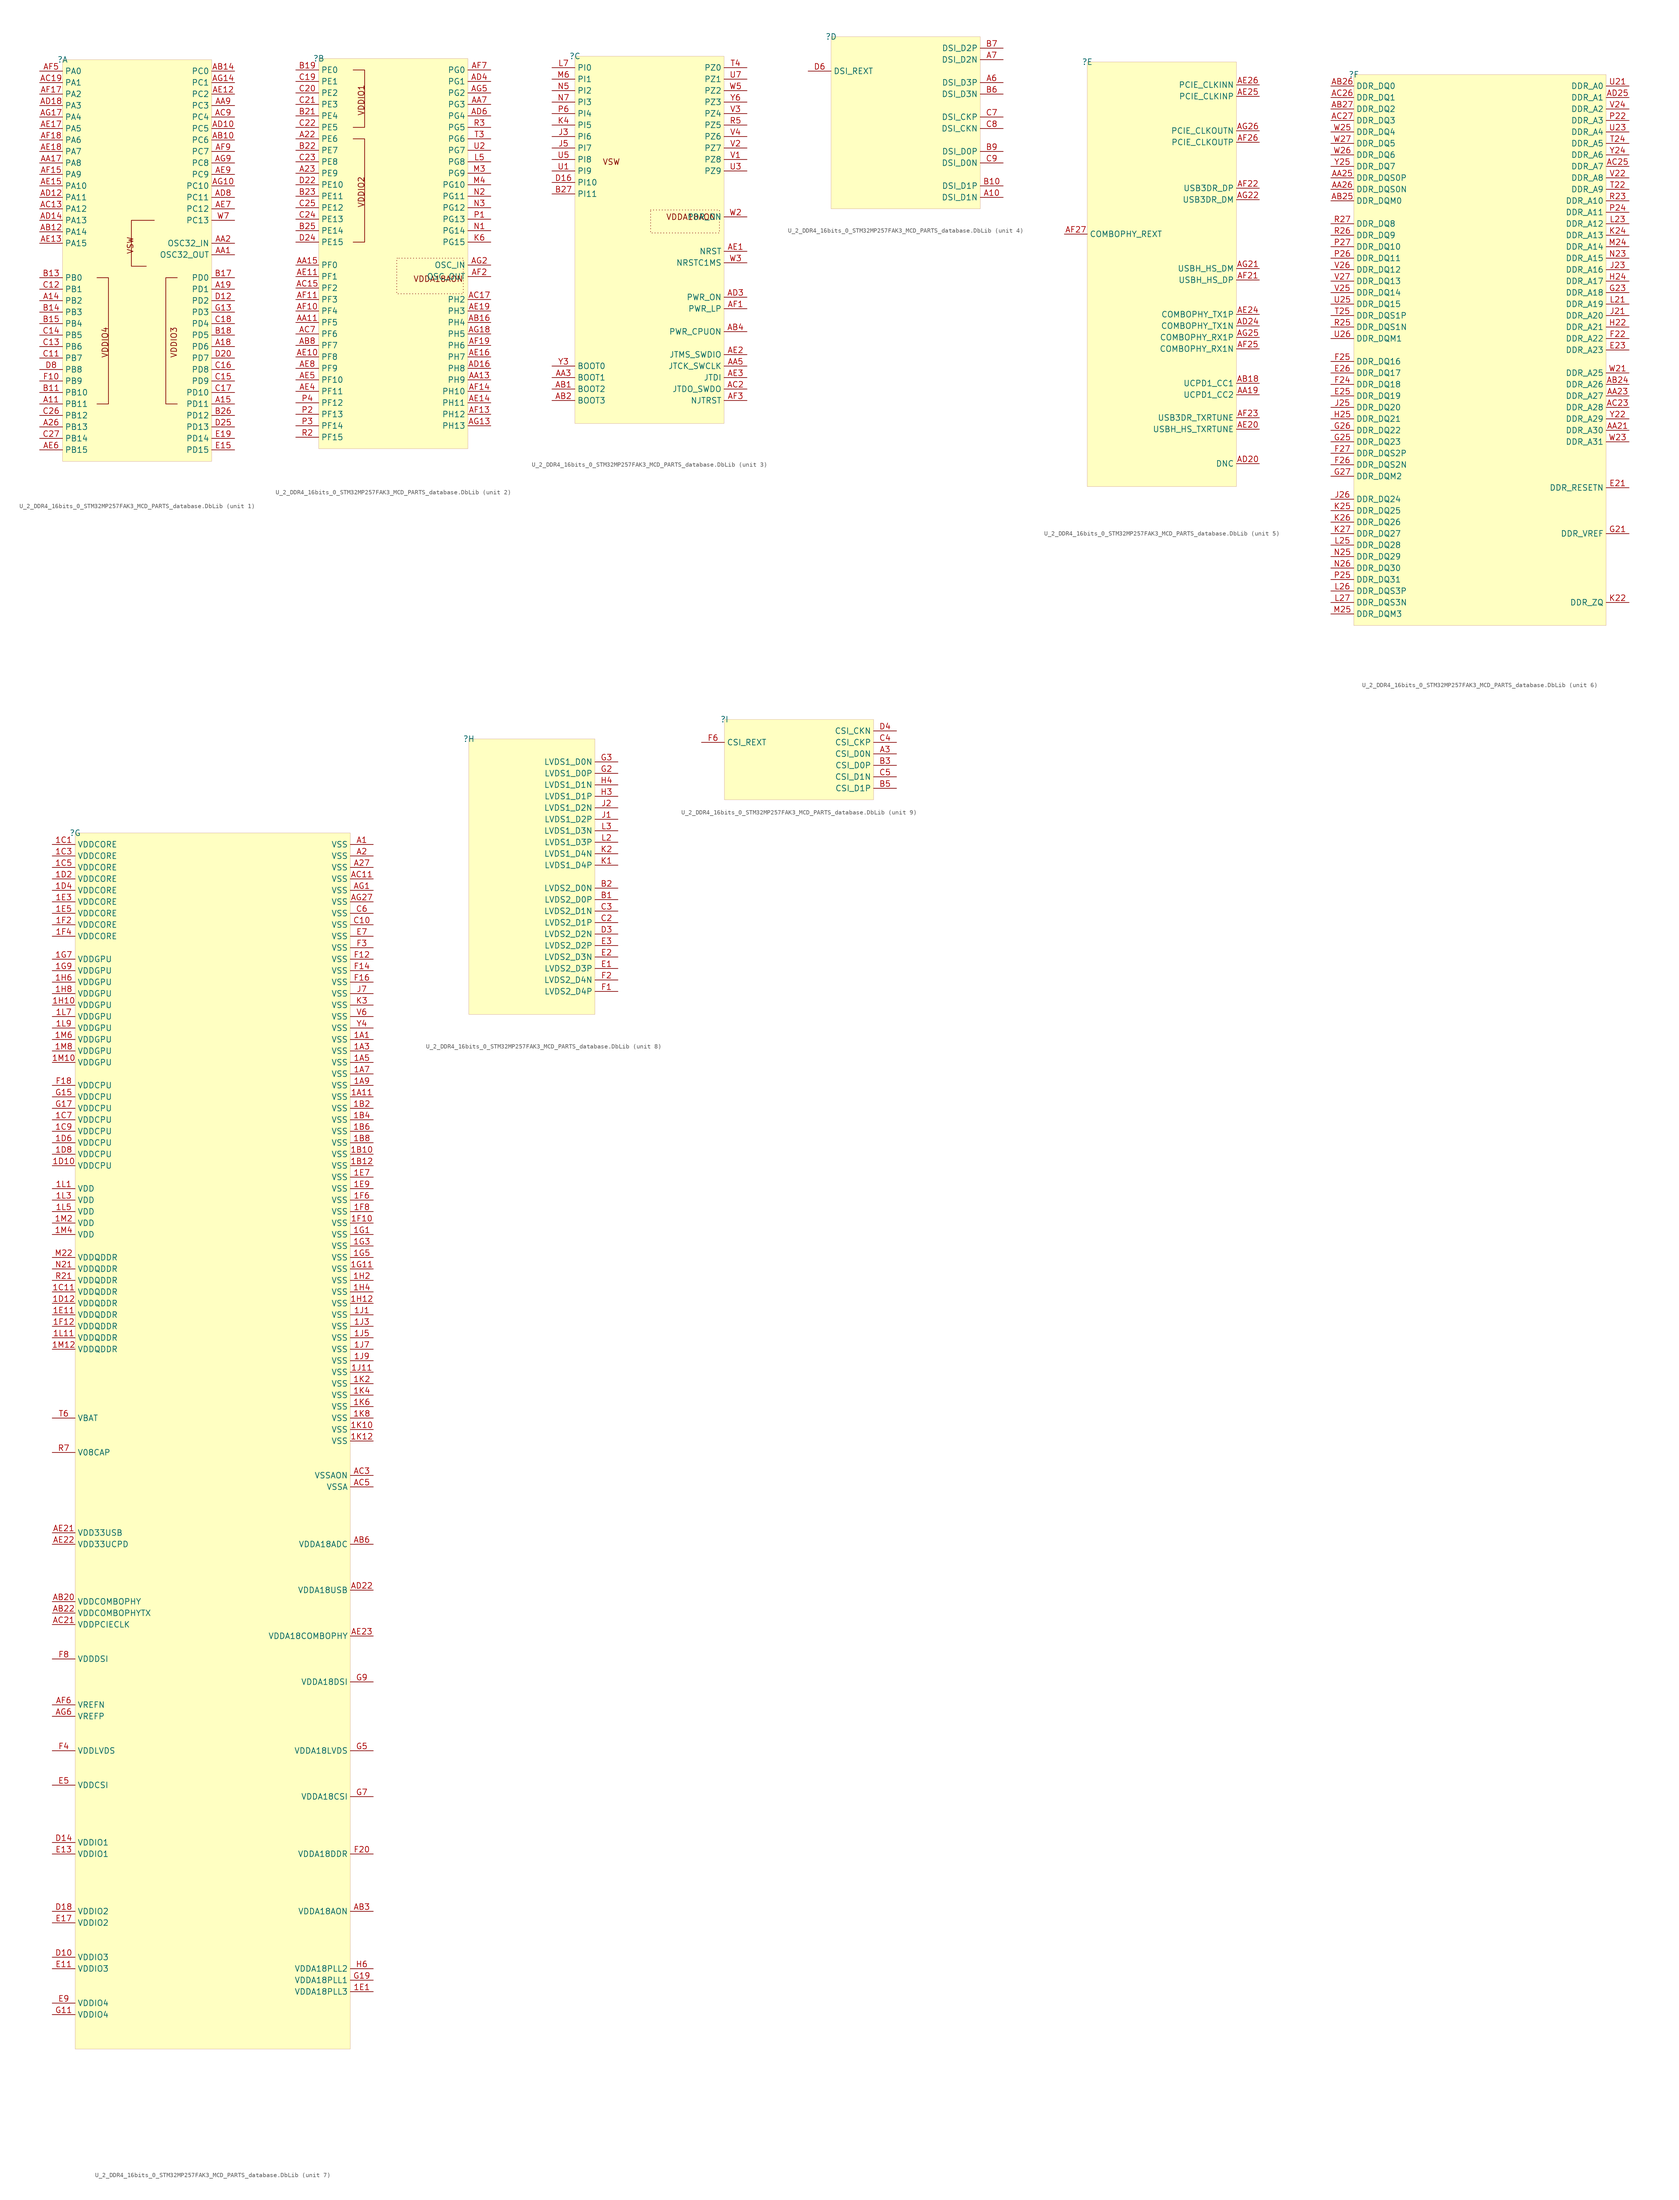
<source format=kicad_sym>
(kicad_symbol_lib
  (version 20241209)
  (generator "kicad_symbol_editor")
  (generator_version "9.0")
  (symbol "U_2_DDR4_16bits_0_STM32MP257FAK3_MCD_PARTS_database.DbLib"
    (property "Reference" ""
      (at 0 0 0)
      (effects (font (size 1.27 1.27))))
    (property "Value" ""
      (at 0 0 0)
      (effects (font (size 1.27 1.27))))
    (symbol "U_2_DDR4_16bits_0_STM32MP257FAK3_MCD_PARTS_database.DbLib_1_0"
      (polyline (pts (xy 7.62 -48.26) (xy 10.16 -48.26) (xy 10.16 -76.2) (xy 7.62 -76.2)) (stroke (width 0) (type solid)) (fill (type none)))
      (polyline (pts (xy 20.32 -35.56) (xy 15.24 -35.56) (xy 15.24 -45.72) (xy 18.542 -45.72)) (stroke (width 0) (type solid)) (fill (type none)))
      (polyline (pts (xy 25.4 -48.26) (xy 22.86 -48.26) (xy 22.86 -76.2) (xy 25.4 -76.2)) (stroke (width 0) (type solid)) (fill (type none)))
      (rectangle (start 33.02 0) (end 0 -88.9) (stroke (width 0.025) (type solid) (color 128 0 0 1)) (fill (type background)))
      (text "VDDIO4" (at 10.16 -66.04 900) (effects (font (size 1.27 1.27)) (justify left bottom)))
      (text "VSW" (at 15.748 -39.116 900) (effects (font (size 1.27 1.27)) (justify right bottom)))
      (text "VDDIO3" (at 25.4 -66.04 900) (effects (font (size 1.27 1.27)) (justify left bottom)))
      (pin passive line (at -5.08 -2.54 0) (length 5.08) (name "PA0" (effects (font (size 1.27 1.27)))) (number "AF5" (effects (font (size 1.27 1.27)))))
      (pin passive line (at -5.08 -5.08 0) (length 5.08) (name "PA1" (effects (font (size 1.27 1.27)))) (number "AC19" (effects (font (size 1.27 1.27)))))
      (pin passive line (at -5.08 -7.62 0) (length 5.08) (name "PA2" (effects (font (size 1.27 1.27)))) (number "AF17" (effects (font (size 1.27 1.27)))))
      (pin passive line (at -5.08 -10.16 0) (length 5.08) (name "PA3" (effects (font (size 1.27 1.27)))) (number "AD18" (effects (font (size 1.27 1.27)))))
      (pin passive line (at -5.08 -12.7 0) (length 5.08) (name "PA4" (effects (font (size 1.27 1.27)))) (number "AG17" (effects (font (size 1.27 1.27)))))
      (pin passive line (at -5.08 -15.24 0) (length 5.08) (name "PA5" (effects (font (size 1.27 1.27)))) (number "AE17" (effects (font (size 1.27 1.27)))))
      (pin passive line (at -5.08 -17.78 0) (length 5.08) (name "PA6" (effects (font (size 1.27 1.27)))) (number "AF18" (effects (font (size 1.27 1.27)))))
      (pin passive line (at -5.08 -20.32 0) (length 5.08) (name "PA7" (effects (font (size 1.27 1.27)))) (number "AE18" (effects (font (size 1.27 1.27)))))
      (pin passive line (at -5.08 -22.86 0) (length 5.08) (name "PA8" (effects (font (size 1.27 1.27)))) (number "AA17" (effects (font (size 1.27 1.27)))))
      (pin passive line (at -5.08 -25.4 0) (length 5.08) (name "PA9" (effects (font (size 1.27 1.27)))) (number "AF15" (effects (font (size 1.27 1.27)))))
      (pin passive line (at -5.08 -27.94 0) (length 5.08) (name "PA10" (effects (font (size 1.27 1.27)))) (number "AE15" (effects (font (size 1.27 1.27)))))
      (pin passive line (at -5.08 -30.48 0) (length 5.08) (name "PA11" (effects (font (size 1.27 1.27)))) (number "AD12" (effects (font (size 1.27 1.27)))))
      (pin passive line (at -5.08 -33.02 0) (length 5.08) (name "PA12" (effects (font (size 1.27 1.27)))) (number "AC13" (effects (font (size 1.27 1.27)))))
      (pin passive line (at -5.08 -35.56 0) (length 5.08) (name "PA13" (effects (font (size 1.27 1.27)))) (number "AD14" (effects (font (size 1.27 1.27)))))
      (pin passive line (at -5.08 -38.1 0) (length 5.08) (name "PA14" (effects (font (size 1.27 1.27)))) (number "AB12" (effects (font (size 1.27 1.27)))))
      (pin passive line (at -5.08 -40.64 0) (length 5.08) (name "PA15" (effects (font (size 1.27 1.27)))) (number "AE13" (effects (font (size 1.27 1.27)))))
      (pin passive line (at -5.08 -48.26 0) (length 5.08) (name "PB0" (effects (font (size 1.27 1.27)))) (number "B13" (effects (font (size 1.27 1.27)))))
      (pin passive line (at -5.08 -50.8 0) (length 5.08) (name "PB1" (effects (font (size 1.27 1.27)))) (number "C12" (effects (font (size 1.27 1.27)))))
      (pin passive line (at -5.08 -53.34 0) (length 5.08) (name "PB2" (effects (font (size 1.27 1.27)))) (number "A14" (effects (font (size 1.27 1.27)))))
      (pin passive line (at -5.08 -55.88 0) (length 5.08) (name "PB3" (effects (font (size 1.27 1.27)))) (number "B14" (effects (font (size 1.27 1.27)))))
      (pin passive line (at -5.08 -58.42 0) (length 5.08) (name "PB4" (effects (font (size 1.27 1.27)))) (number "B15" (effects (font (size 1.27 1.27)))))
      (pin passive line (at -5.08 -60.96 0) (length 5.08) (name "PB5" (effects (font (size 1.27 1.27)))) (number "C14" (effects (font (size 1.27 1.27)))))
      (pin passive line (at -5.08 -63.5 0) (length 5.08) (name "PB6" (effects (font (size 1.27 1.27)))) (number "C13" (effects (font (size 1.27 1.27)))))
      (pin passive line (at -5.08 -66.04 0) (length 5.08) (name "PB7" (effects (font (size 1.27 1.27)))) (number "C11" (effects (font (size 1.27 1.27)))))
      (pin passive line (at -5.08 -68.58 0) (length 5.08) (name "PB8" (effects (font (size 1.27 1.27)))) (number "D8" (effects (font (size 1.27 1.27)))))
      (pin passive line (at -5.08 -71.12 0) (length 5.08) (name "PB9" (effects (font (size 1.27 1.27)))) (number "F10" (effects (font (size 1.27 1.27)))))
      (pin passive line (at -5.08 -73.66 0) (length 5.08) (name "PB10" (effects (font (size 1.27 1.27)))) (number "B11" (effects (font (size 1.27 1.27)))))
      (pin passive line (at -5.08 -76.2 0) (length 5.08) (name "PB11" (effects (font (size 1.27 1.27)))) (number "A11" (effects (font (size 1.27 1.27)))))
      (pin passive line (at -5.08 -78.74 0) (length 5.08) (name "PB12" (effects (font (size 1.27 1.27)))) (number "C26" (effects (font (size 1.27 1.27)))))
      (pin passive line (at -5.08 -81.28 0) (length 5.08) (name "PB13" (effects (font (size 1.27 1.27)))) (number "A26" (effects (font (size 1.27 1.27)))))
      (pin passive line (at -5.08 -83.82 0) (length 5.08) (name "PB14" (effects (font (size 1.27 1.27)))) (number "C27" (effects (font (size 1.27 1.27)))))
      (pin passive line (at -5.08 -86.36 0) (length 5.08) (name "PB15" (effects (font (size 1.27 1.27)))) (number "AE6" (effects (font (size 1.27 1.27)))))
      (pin passive line (at 38.1 -2.54 180) (length 5.08) (name "PC0" (effects (font (size 1.27 1.27)))) (number "AB14" (effects (font (size 1.27 1.27)))))
      (pin passive line (at 38.1 -5.08 180) (length 5.08) (name "PC1" (effects (font (size 1.27 1.27)))) (number "AG14" (effects (font (size 1.27 1.27)))))
      (pin passive line (at 38.1 -7.62 180) (length 5.08) (name "PC2" (effects (font (size 1.27 1.27)))) (number "AE12" (effects (font (size 1.27 1.27)))))
      (pin passive line (at 38.1 -10.16 180) (length 5.08) (name "PC3" (effects (font (size 1.27 1.27)))) (number "AA9" (effects (font (size 1.27 1.27)))))
      (pin passive line (at 38.1 -12.7 180) (length 5.08) (name "PC4" (effects (font (size 1.27 1.27)))) (number "AC9" (effects (font (size 1.27 1.27)))))
      (pin passive line (at 38.1 -15.24 180) (length 5.08) (name "PC5" (effects (font (size 1.27 1.27)))) (number "AD10" (effects (font (size 1.27 1.27)))))
      (pin passive line (at 38.1 -17.78 180) (length 5.08) (name "PC6" (effects (font (size 1.27 1.27)))) (number "AB10" (effects (font (size 1.27 1.27)))))
      (pin passive line (at 38.1 -20.32 180) (length 5.08) (name "PC7" (effects (font (size 1.27 1.27)))) (number "AF9" (effects (font (size 1.27 1.27)))))
      (pin passive line (at 38.1 -22.86 180) (length 5.08) (name "PC8" (effects (font (size 1.27 1.27)))) (number "AG9" (effects (font (size 1.27 1.27)))))
      (pin passive line (at 38.1 -25.4 180) (length 5.08) (name "PC9" (effects (font (size 1.27 1.27)))) (number "AE9" (effects (font (size 1.27 1.27)))))
      (pin passive line (at 38.1 -27.94 180) (length 5.08) (name "PC10" (effects (font (size 1.27 1.27)))) (number "AG10" (effects (font (size 1.27 1.27)))))
      (pin passive line (at 38.1 -30.48 180) (length 5.08) (name "PC11" (effects (font (size 1.27 1.27)))) (number "AD8" (effects (font (size 1.27 1.27)))))
      (pin passive line (at 38.1 -33.02 180) (length 5.08) (name "PC12" (effects (font (size 1.27 1.27)))) (number "AE7" (effects (font (size 1.27 1.27)))))
      (pin passive line (at 38.1 -35.56 180) (length 5.08) (name "PC13" (effects (font (size 1.27 1.27)))) (number "W7" (effects (font (size 1.27 1.27)))))
      (pin passive line (at 38.1 -40.64 180) (length 5.08) (name "OSC32_IN" (effects (font (size 1.27 1.27)))) (number "AA2" (effects (font (size 1.27 1.27)))))
      (pin passive line (at 38.1 -43.18 180) (length 5.08) (name "OSC32_OUT" (effects (font (size 1.27 1.27)))) (number "AA1" (effects (font (size 1.27 1.27)))))
      (pin passive line (at 38.1 -48.26 180) (length 5.08) (name "PD0" (effects (font (size 1.27 1.27)))) (number "B17" (effects (font (size 1.27 1.27)))))
      (pin passive line (at 38.1 -50.8 180) (length 5.08) (name "PD1" (effects (font (size 1.27 1.27)))) (number "A19" (effects (font (size 1.27 1.27)))))
      (pin passive line (at 38.1 -53.34 180) (length 5.08) (name "PD2" (effects (font (size 1.27 1.27)))) (number "D12" (effects (font (size 1.27 1.27)))))
      (pin passive line (at 38.1 -55.88 180) (length 5.08) (name "PD3" (effects (font (size 1.27 1.27)))) (number "G13" (effects (font (size 1.27 1.27)))))
      (pin passive line (at 38.1 -58.42 180) (length 5.08) (name "PD4" (effects (font (size 1.27 1.27)))) (number "C18" (effects (font (size 1.27 1.27)))))
      (pin passive line (at 38.1 -60.96 180) (length 5.08) (name "PD5" (effects (font (size 1.27 1.27)))) (number "B18" (effects (font (size 1.27 1.27)))))
      (pin passive line (at 38.1 -63.5 180) (length 5.08) (name "PD6" (effects (font (size 1.27 1.27)))) (number "A18" (effects (font (size 1.27 1.27)))))
      (pin passive line (at 38.1 -66.04 180) (length 5.08) (name "PD7" (effects (font (size 1.27 1.27)))) (number "D20" (effects (font (size 1.27 1.27)))))
      (pin passive line (at 38.1 -68.58 180) (length 5.08) (name "PD8" (effects (font (size 1.27 1.27)))) (number "C16" (effects (font (size 1.27 1.27)))))
      (pin passive line (at 38.1 -71.12 180) (length 5.08) (name "PD9" (effects (font (size 1.27 1.27)))) (number "C15" (effects (font (size 1.27 1.27)))))
      (pin passive line (at 38.1 -73.66 180) (length 5.08) (name "PD10" (effects (font (size 1.27 1.27)))) (number "C17" (effects (font (size 1.27 1.27)))))
      (pin passive line (at 38.1 -76.2 180) (length 5.08) (name "PD11" (effects (font (size 1.27 1.27)))) (number "A15" (effects (font (size 1.27 1.27)))))
      (pin passive line (at 38.1 -78.74 180) (length 5.08) (name "PD12" (effects (font (size 1.27 1.27)))) (number "B26" (effects (font (size 1.27 1.27)))))
      (pin passive line (at 38.1 -81.28 180) (length 5.08) (name "PD13" (effects (font (size 1.27 1.27)))) (number "D25" (effects (font (size 1.27 1.27)))))
      (pin passive line (at 38.1 -83.82 180) (length 5.08) (name "PD14" (effects (font (size 1.27 1.27)))) (number "E19" (effects (font (size 1.27 1.27)))))
      (pin passive line (at 38.1 -86.36 180) (length 5.08) (name "PD15" (effects (font (size 1.27 1.27)))) (number "E15" (effects (font (size 1.27 1.27))))))
    (symbol "U_2_DDR4_16bits_0_STM32MP257FAK3_MCD_PARTS_database.DbLib_2_0"
      (polyline (pts (xy 7.62 -2.54) (xy 10.16 -2.54) (xy 10.16 -15.24) (xy 7.62 -15.24)) (stroke (width 0) (type solid)) (fill (type none)))
      (polyline (pts (xy 7.62 -17.78) (xy 10.16 -17.78) (xy 10.16 -40.64) (xy 7.62 -40.64)) (stroke (width 0) (type solid)) (fill (type none)))
      (polyline (pts (xy 17.78 -44.196) (xy 32.004 -44.196) (xy 32.004 -52.07) (xy 17.272 -52.07) (xy 17.272 -44.196) (xy 17.78 -44.196)) (stroke (width 0) (type dot)) (fill (type none)))
      (rectangle (start 33.02 0) (end 0 -86.36) (stroke (width 0.025) (type solid) (color 128 0 0 1)) (fill (type background)))
      (text "VDDIO1" (at 10.16 -12.7 900) (effects (font (size 1.27 1.27)) (justify left bottom)))
      (text "VDDIO2" (at 10.16 -33.02 900) (effects (font (size 1.27 1.27)) (justify left bottom)))
      (text "VDDA18AON" (at 32.004 -49.53 0) (effects (font (size 1.27 1.27)) (justify right bottom)))
      (pin passive line (at -5.08 -2.54 0) (length 5.08) (name "PE0" (effects (font (size 1.27 1.27)))) (number "B19" (effects (font (size 1.27 1.27)))))
      (pin passive line (at -5.08 -5.08 0) (length 5.08) (name "PE1" (effects (font (size 1.27 1.27)))) (number "C19" (effects (font (size 1.27 1.27)))))
      (pin passive line (at -5.08 -7.62 0) (length 5.08) (name "PE2" (effects (font (size 1.27 1.27)))) (number "C20" (effects (font (size 1.27 1.27)))))
      (pin passive line (at -5.08 -10.16 0) (length 5.08) (name "PE3" (effects (font (size 1.27 1.27)))) (number "C21" (effects (font (size 1.27 1.27)))))
      (pin passive line (at -5.08 -12.7 0) (length 5.08) (name "PE4" (effects (font (size 1.27 1.27)))) (number "B21" (effects (font (size 1.27 1.27)))))
      (pin passive line (at -5.08 -15.24 0) (length 5.08) (name "PE5" (effects (font (size 1.27 1.27)))) (number "C22" (effects (font (size 1.27 1.27)))))
      (pin passive line (at -5.08 -17.78 0) (length 5.08) (name "PE6" (effects (font (size 1.27 1.27)))) (number "A22" (effects (font (size 1.27 1.27)))))
      (pin passive line (at -5.08 -20.32 0) (length 5.08) (name "PE7" (effects (font (size 1.27 1.27)))) (number "B22" (effects (font (size 1.27 1.27)))))
      (pin passive line (at -5.08 -22.86 0) (length 5.08) (name "PE8" (effects (font (size 1.27 1.27)))) (number "C23" (effects (font (size 1.27 1.27)))))
      (pin passive line (at -5.08 -25.4 0) (length 5.08) (name "PE9" (effects (font (size 1.27 1.27)))) (number "A23" (effects (font (size 1.27 1.27)))))
      (pin passive line (at -5.08 -27.94 0) (length 5.08) (name "PE10" (effects (font (size 1.27 1.27)))) (number "D22" (effects (font (size 1.27 1.27)))))
      (pin passive line (at -5.08 -30.48 0) (length 5.08) (name "PE11" (effects (font (size 1.27 1.27)))) (number "B23" (effects (font (size 1.27 1.27)))))
      (pin passive line (at -5.08 -33.02 0) (length 5.08) (name "PE12" (effects (font (size 1.27 1.27)))) (number "C25" (effects (font (size 1.27 1.27)))))
      (pin passive line (at -5.08 -35.56 0) (length 5.08) (name "PE13" (effects (font (size 1.27 1.27)))) (number "C24" (effects (font (size 1.27 1.27)))))
      (pin passive line (at -5.08 -38.1 0) (length 5.08) (name "PE14" (effects (font (size 1.27 1.27)))) (number "B25" (effects (font (size 1.27 1.27)))))
      (pin passive line (at -5.08 -40.64 0) (length 5.08) (name "PE15" (effects (font (size 1.27 1.27)))) (number "D24" (effects (font (size 1.27 1.27)))))
      (pin passive line (at -5.08 -45.72 0) (length 5.08) (name "PF0" (effects (font (size 1.27 1.27)))) (number "AA15" (effects (font (size 1.27 1.27)))))
      (pin passive line (at -5.08 -48.26 0) (length 5.08) (name "PF1" (effects (font (size 1.27 1.27)))) (number "AE11" (effects (font (size 1.27 1.27)))))
      (pin passive line (at -5.08 -50.8 0) (length 5.08) (name "PF2" (effects (font (size 1.27 1.27)))) (number "AC15" (effects (font (size 1.27 1.27)))))
      (pin passive line (at -5.08 -53.34 0) (length 5.08) (name "PF3" (effects (font (size 1.27 1.27)))) (number "AF11" (effects (font (size 1.27 1.27)))))
      (pin passive line (at -5.08 -55.88 0) (length 5.08) (name "PF4" (effects (font (size 1.27 1.27)))) (number "AF10" (effects (font (size 1.27 1.27)))))
      (pin passive line (at -5.08 -58.42 0) (length 5.08) (name "PF5" (effects (font (size 1.27 1.27)))) (number "AA11" (effects (font (size 1.27 1.27)))))
      (pin passive line (at -5.08 -60.96 0) (length 5.08) (name "PF6" (effects (font (size 1.27 1.27)))) (number "AC7" (effects (font (size 1.27 1.27)))))
      (pin passive line (at -5.08 -63.5 0) (length 5.08) (name "PF7" (effects (font (size 1.27 1.27)))) (number "AB8" (effects (font (size 1.27 1.27)))))
      (pin passive line (at -5.08 -66.04 0) (length 5.08) (name "PF8" (effects (font (size 1.27 1.27)))) (number "AE10" (effects (font (size 1.27 1.27)))))
      (pin passive line (at -5.08 -68.58 0) (length 5.08) (name "PF9" (effects (font (size 1.27 1.27)))) (number "AE8" (effects (font (size 1.27 1.27)))))
      (pin passive line (at -5.08 -71.12 0) (length 5.08) (name "PF10" (effects (font (size 1.27 1.27)))) (number "AE5" (effects (font (size 1.27 1.27)))))
      (pin passive line (at -5.08 -73.66 0) (length 5.08) (name "PF11" (effects (font (size 1.27 1.27)))) (number "AE4" (effects (font (size 1.27 1.27)))))
      (pin passive line (at -5.08 -76.2 0) (length 5.08) (name "PF12" (effects (font (size 1.27 1.27)))) (number "P4" (effects (font (size 1.27 1.27)))))
      (pin passive line (at -5.08 -78.74 0) (length 5.08) (name "PF13" (effects (font (size 1.27 1.27)))) (number "P2" (effects (font (size 1.27 1.27)))))
      (pin passive line (at -5.08 -81.28 0) (length 5.08) (name "PF14" (effects (font (size 1.27 1.27)))) (number "P3" (effects (font (size 1.27 1.27)))))
      (pin passive line (at -5.08 -83.82 0) (length 5.08) (name "PF15" (effects (font (size 1.27 1.27)))) (number "R2" (effects (font (size 1.27 1.27)))))
      (pin passive line (at 38.1 -2.54 180) (length 5.08) (name "PG0" (effects (font (size 1.27 1.27)))) (number "AF7" (effects (font (size 1.27 1.27)))))
      (pin passive line (at 38.1 -5.08 180) (length 5.08) (name "PG1" (effects (font (size 1.27 1.27)))) (number "AD4" (effects (font (size 1.27 1.27)))))
      (pin passive line (at 38.1 -7.62 180) (length 5.08) (name "PG2" (effects (font (size 1.27 1.27)))) (number "AG5" (effects (font (size 1.27 1.27)))))
      (pin passive line (at 38.1 -10.16 180) (length 5.08) (name "PG3" (effects (font (size 1.27 1.27)))) (number "AA7" (effects (font (size 1.27 1.27)))))
      (pin passive line (at 38.1 -12.7 180) (length 5.08) (name "PG4" (effects (font (size 1.27 1.27)))) (number "AD6" (effects (font (size 1.27 1.27)))))
      (pin passive line (at 38.1 -15.24 180) (length 5.08) (name "PG5" (effects (font (size 1.27 1.27)))) (number "R3" (effects (font (size 1.27 1.27)))))
      (pin passive line (at 38.1 -17.78 180) (length 5.08) (name "PG6" (effects (font (size 1.27 1.27)))) (number "T3" (effects (font (size 1.27 1.27)))))
      (pin passive line (at 38.1 -20.32 180) (length 5.08) (name "PG7" (effects (font (size 1.27 1.27)))) (number "U2" (effects (font (size 1.27 1.27)))))
      (pin passive line (at 38.1 -22.86 180) (length 5.08) (name "PG8" (effects (font (size 1.27 1.27)))) (number "L5" (effects (font (size 1.27 1.27)))))
      (pin passive line (at 38.1 -25.4 180) (length 5.08) (name "PG9" (effects (font (size 1.27 1.27)))) (number "M3" (effects (font (size 1.27 1.27)))))
      (pin passive line (at 38.1 -27.94 180) (length 5.08) (name "PG10" (effects (font (size 1.27 1.27)))) (number "M4" (effects (font (size 1.27 1.27)))))
      (pin passive line (at 38.1 -30.48 180) (length 5.08) (name "PG11" (effects (font (size 1.27 1.27)))) (number "N2" (effects (font (size 1.27 1.27)))))
      (pin passive line (at 38.1 -33.02 180) (length 5.08) (name "PG12" (effects (font (size 1.27 1.27)))) (number "N3" (effects (font (size 1.27 1.27)))))
      (pin passive line (at 38.1 -35.56 180) (length 5.08) (name "PG13" (effects (font (size 1.27 1.27)))) (number "P1" (effects (font (size 1.27 1.27)))))
      (pin passive line (at 38.1 -38.1 180) (length 5.08) (name "PG14" (effects (font (size 1.27 1.27)))) (number "N1" (effects (font (size 1.27 1.27)))))
      (pin passive line (at 38.1 -40.64 180) (length 5.08) (name "PG15" (effects (font (size 1.27 1.27)))) (number "K6" (effects (font (size 1.27 1.27)))))
      (pin passive line (at 38.1 -45.72 180) (length 5.08) (name "OSC_IN" (effects (font (size 1.27 1.27)))) (number "AG2" (effects (font (size 1.27 1.27)))))
      (pin passive line (at 38.1 -48.26 180) (length 5.08) (name "OSC_OUT" (effects (font (size 1.27 1.27)))) (number "AF2" (effects (font (size 1.27 1.27)))))
      (pin passive line (at 38.1 -53.34 180) (length 5.08) (name "PH2" (effects (font (size 1.27 1.27)))) (number "AC17" (effects (font (size 1.27 1.27)))))
      (pin passive line (at 38.1 -55.88 180) (length 5.08) (name "PH3" (effects (font (size 1.27 1.27)))) (number "AE19" (effects (font (size 1.27 1.27)))))
      (pin passive line (at 38.1 -58.42 180) (length 5.08) (name "PH4" (effects (font (size 1.27 1.27)))) (number "AB16" (effects (font (size 1.27 1.27)))))
      (pin passive line (at 38.1 -60.96 180) (length 5.08) (name "PH5" (effects (font (size 1.27 1.27)))) (number "AG18" (effects (font (size 1.27 1.27)))))
      (pin passive line (at 38.1 -63.5 180) (length 5.08) (name "PH6" (effects (font (size 1.27 1.27)))) (number "AF19" (effects (font (size 1.27 1.27)))))
      (pin passive line (at 38.1 -66.04 180) (length 5.08) (name "PH7" (effects (font (size 1.27 1.27)))) (number "AE16" (effects (font (size 1.27 1.27)))))
      (pin passive line (at 38.1 -68.58 180) (length 5.08) (name "PH8" (effects (font (size 1.27 1.27)))) (number "AD16" (effects (font (size 1.27 1.27)))))
      (pin passive line (at 38.1 -71.12 180) (length 5.08) (name "PH9" (effects (font (size 1.27 1.27)))) (number "AA13" (effects (font (size 1.27 1.27)))))
      (pin passive line (at 38.1 -73.66 180) (length 5.08) (name "PH10" (effects (font (size 1.27 1.27)))) (number "AF14" (effects (font (size 1.27 1.27)))))
      (pin passive line (at 38.1 -76.2 180) (length 5.08) (name "PH11" (effects (font (size 1.27 1.27)))) (number "AE14" (effects (font (size 1.27 1.27)))))
      (pin passive line (at 38.1 -78.74 180) (length 5.08) (name "PH12" (effects (font (size 1.27 1.27)))) (number "AF13" (effects (font (size 1.27 1.27)))))
      (pin passive line (at 38.1 -81.28 180) (length 5.08) (name "PH13" (effects (font (size 1.27 1.27)))) (number "AG13" (effects (font (size 1.27 1.27))))))
    (symbol "U_2_DDR4_16bits_0_STM32MP257FAK3_MCD_PARTS_database.DbLib_3_0"
      (polyline (pts (xy 16.764 -34.036) (xy 32.004 -34.036) (xy 32.004 -39.116) (xy 16.764 -39.116) (xy 16.764 -34.036)) (stroke (width 0) (type dot)) (fill (type none)))
      (rectangle (start 33.02 0) (end 0 -81.28) (stroke (width 0.025) (type solid) (color 128 0 0 1)) (fill (type background)))
      (text "VSW" (at 6.096 -24.13 0) (effects (font (size 1.27 1.27)) (justify left bottom)))
      (text "VDDA18AON" (at 31.242 -36.322 0) (effects (font (size 1.27 1.27)) (justify right bottom)))
      (pin passive line (at -5.08 -2.54 0) (length 5.08) (name "PI0" (effects (font (size 1.27 1.27)))) (number "L7" (effects (font (size 1.27 1.27)))))
      (pin passive line (at -5.08 -5.08 0) (length 5.08) (name "PI1" (effects (font (size 1.27 1.27)))) (number "M6" (effects (font (size 1.27 1.27)))))
      (pin passive line (at -5.08 -7.62 0) (length 5.08) (name "PI2" (effects (font (size 1.27 1.27)))) (number "N5" (effects (font (size 1.27 1.27)))))
      (pin passive line (at -5.08 -10.16 0) (length 5.08) (name "PI3" (effects (font (size 1.27 1.27)))) (number "N7" (effects (font (size 1.27 1.27)))))
      (pin passive line (at -5.08 -12.7 0) (length 5.08) (name "PI4" (effects (font (size 1.27 1.27)))) (number "P6" (effects (font (size 1.27 1.27)))))
      (pin passive line (at -5.08 -15.24 0) (length 5.08) (name "PI5" (effects (font (size 1.27 1.27)))) (number "K4" (effects (font (size 1.27 1.27)))))
      (pin passive line (at -5.08 -17.78 0) (length 5.08) (name "PI6" (effects (font (size 1.27 1.27)))) (number "J3" (effects (font (size 1.27 1.27)))))
      (pin passive line (at -5.08 -20.32 0) (length 5.08) (name "PI7" (effects (font (size 1.27 1.27)))) (number "J5" (effects (font (size 1.27 1.27)))))
      (pin passive line (at -5.08 -22.86 0) (length 5.08) (name "PI8" (effects (font (size 1.27 1.27)))) (number "U5" (effects (font (size 1.27 1.27)))))
      (pin passive line (at -5.08 -25.4 0) (length 5.08) (name "PI9" (effects (font (size 1.27 1.27)))) (number "U1" (effects (font (size 1.27 1.27)))))
      (pin passive line (at -5.08 -27.94 0) (length 5.08) (name "PI10" (effects (font (size 1.27 1.27)))) (number "D16" (effects (font (size 1.27 1.27)))))
      (pin passive line (at -5.08 -30.48 0) (length 5.08) (name "PI11" (effects (font (size 1.27 1.27)))) (number "B27" (effects (font (size 1.27 1.27)))))
      (pin passive line (at -5.08 -68.58 0) (length 5.08) (name "BOOT0" (effects (font (size 1.27 1.27)))) (number "Y3" (effects (font (size 1.27 1.27)))))
      (pin passive line (at -5.08 -71.12 0) (length 5.08) (name "BOOT1" (effects (font (size 1.27 1.27)))) (number "AA3" (effects (font (size 1.27 1.27)))))
      (pin passive line (at -5.08 -73.66 0) (length 5.08) (name "BOOT2" (effects (font (size 1.27 1.27)))) (number "AB1" (effects (font (size 1.27 1.27)))))
      (pin passive line (at -5.08 -76.2 0) (length 5.08) (name "BOOT3" (effects (font (size 1.27 1.27)))) (number "AB2" (effects (font (size 1.27 1.27)))))
      (pin passive line (at 38.1 -2.54 180) (length 5.08) (name "PZ0" (effects (font (size 1.27 1.27)))) (number "T4" (effects (font (size 1.27 1.27)))))
      (pin passive line (at 38.1 -5.08 180) (length 5.08) (name "PZ1" (effects (font (size 1.27 1.27)))) (number "U7" (effects (font (size 1.27 1.27)))))
      (pin passive line (at 38.1 -7.62 180) (length 5.08) (name "PZ2" (effects (font (size 1.27 1.27)))) (number "W5" (effects (font (size 1.27 1.27)))))
      (pin passive line (at 38.1 -10.16 180) (length 5.08) (name "PZ3" (effects (font (size 1.27 1.27)))) (number "Y6" (effects (font (size 1.27 1.27)))))
      (pin passive line (at 38.1 -12.7 180) (length 5.08) (name "PZ4" (effects (font (size 1.27 1.27)))) (number "V3" (effects (font (size 1.27 1.27)))))
      (pin passive line (at 38.1 -15.24 180) (length 5.08) (name "PZ5" (effects (font (size 1.27 1.27)))) (number "R5" (effects (font (size 1.27 1.27)))))
      (pin passive line (at 38.1 -17.78 180) (length 5.08) (name "PZ6" (effects (font (size 1.27 1.27)))) (number "V4" (effects (font (size 1.27 1.27)))))
      (pin passive line (at 38.1 -20.32 180) (length 5.08) (name "PZ7" (effects (font (size 1.27 1.27)))) (number "V2" (effects (font (size 1.27 1.27)))))
      (pin passive line (at 38.1 -22.86 180) (length 5.08) (name "PZ8" (effects (font (size 1.27 1.27)))) (number "V1" (effects (font (size 1.27 1.27)))))
      (pin passive line (at 38.1 -25.4 180) (length 5.08) (name "PZ9" (effects (font (size 1.27 1.27)))) (number "U3" (effects (font (size 1.27 1.27)))))
      (pin passive line (at 38.1 -35.56 180) (length 5.08) (name "PDR_ON" (effects (font (size 1.27 1.27)))) (number "W2" (effects (font (size 1.27 1.27)))))
      (pin passive line (at 38.1 -43.18 180) (length 5.08) (name "NRST" (effects (font (size 1.27 1.27)))) (number "AE1" (effects (font (size 1.27 1.27)))))
      (pin passive line (at 38.1 -45.72 180) (length 5.08) (name "NRSTC1MS" (effects (font (size 1.27 1.27)))) (number "W3" (effects (font (size 1.27 1.27)))))
      (pin passive line (at 38.1 -53.34 180) (length 5.08) (name "PWR_ON" (effects (font (size 1.27 1.27)))) (number "AD3" (effects (font (size 1.27 1.27)))))
      (pin passive line (at 38.1 -55.88 180) (length 5.08) (name "PWR_LP" (effects (font (size 1.27 1.27)))) (number "AF1" (effects (font (size 1.27 1.27)))))
      (pin passive line (at 38.1 -60.96 180) (length 5.08) (name "PWR_CPUON" (effects (font (size 1.27 1.27)))) (number "AB4" (effects (font (size 1.27 1.27)))))
      (pin passive line (at 38.1 -66.04 180) (length 5.08) (name "JTMS_SWDIO" (effects (font (size 1.27 1.27)))) (number "AE2" (effects (font (size 1.27 1.27)))))
      (pin passive line (at 38.1 -68.58 180) (length 5.08) (name "JTCK_SWCLK" (effects (font (size 1.27 1.27)))) (number "AA5" (effects (font (size 1.27 1.27)))))
      (pin passive line (at 38.1 -71.12 180) (length 5.08) (name "JTDI" (effects (font (size 1.27 1.27)))) (number "AE3" (effects (font (size 1.27 1.27)))))
      (pin passive line (at 38.1 -73.66 180) (length 5.08) (name "JTDO_SWDO" (effects (font (size 1.27 1.27)))) (number "AC2" (effects (font (size 1.27 1.27)))))
      (pin passive line (at 38.1 -76.2 180) (length 5.08) (name "NJTRST" (effects (font (size 1.27 1.27)))) (number "AF3" (effects (font (size 1.27 1.27))))))
    (symbol "U_2_DDR4_16bits_0_STM32MP257FAK3_MCD_PARTS_database.DbLib_4_0"
      (rectangle (start 33.02 0) (end 0 -38.1) (stroke (width 0.025) (type solid) (color 128 0 0 1)) (fill (type background)))
      (pin passive line (at -5.08 -7.62 0) (length 5.08) (name "DSI_REXT" (effects (font (size 1.27 1.27)))) (number "D6" (effects (font (size 1.27 1.27)))))
      (pin passive line (at 38.1 -2.54 180) (length 5.08) (name "DSI_D2P" (effects (font (size 1.27 1.27)))) (number "B7" (effects (font (size 1.27 1.27)))))
      (pin passive line (at 38.1 -5.08 180) (length 5.08) (name "DSI_D2N" (effects (font (size 1.27 1.27)))) (number "A7" (effects (font (size 1.27 1.27)))))
      (pin passive line (at 38.1 -10.16 180) (length 5.08) (name "DSI_D3P" (effects (font (size 1.27 1.27)))) (number "A6" (effects (font (size 1.27 1.27)))))
      (pin passive line (at 38.1 -12.7 180) (length 5.08) (name "DSI_D3N" (effects (font (size 1.27 1.27)))) (number "B6" (effects (font (size 1.27 1.27)))))
      (pin passive line (at 38.1 -17.78 180) (length 5.08) (name "DSI_CKP" (effects (font (size 1.27 1.27)))) (number "C7" (effects (font (size 1.27 1.27)))))
      (pin passive line (at 38.1 -20.32 180) (length 5.08) (name "DSI_CKN" (effects (font (size 1.27 1.27)))) (number "C8" (effects (font (size 1.27 1.27)))))
      (pin passive line (at 38.1 -25.4 180) (length 5.08) (name "DSI_D0P" (effects (font (size 1.27 1.27)))) (number "B9" (effects (font (size 1.27 1.27)))))
      (pin passive line (at 38.1 -27.94 180) (length 5.08) (name "DSI_D0N" (effects (font (size 1.27 1.27)))) (number "C9" (effects (font (size 1.27 1.27)))))
      (pin passive line (at 38.1 -33.02 180) (length 5.08) (name "DSI_D1P" (effects (font (size 1.27 1.27)))) (number "B10" (effects (font (size 1.27 1.27)))))
      (pin passive line (at 38.1 -35.56 180) (length 5.08) (name "DSI_D1N" (effects (font (size 1.27 1.27)))) (number "A10" (effects (font (size 1.27 1.27))))))
    (symbol "U_2_DDR4_16bits_0_STM32MP257FAK3_MCD_PARTS_database.DbLib_5_0"
      (rectangle (start 33.02 0) (end 0 -93.98) (stroke (width 0.025) (type solid) (color 128 0 0 1)) (fill (type background)))
      (pin passive line (at -5.08 -38.1 0) (length 5.08) (name "COMBOPHY_REXT" (effects (font (size 1.27 1.27)))) (number "AF27" (effects (font (size 1.27 1.27)))))
      (pin passive line (at 38.1 -5.08 180) (length 5.08) (name "PCIE_CLKINN" (effects (font (size 1.27 1.27)))) (number "AE26" (effects (font (size 1.27 1.27)))))
      (pin passive line (at 38.1 -7.62 180) (length 5.08) (name "PCIE_CLKINP" (effects (font (size 1.27 1.27)))) (number "AE25" (effects (font (size 1.27 1.27)))))
      (pin passive line (at 38.1 -15.24 180) (length 5.08) (name "PCIE_CLKOUTN" (effects (font (size 1.27 1.27)))) (number "AG26" (effects (font (size 1.27 1.27)))))
      (pin passive line (at 38.1 -17.78 180) (length 5.08) (name "PCIE_CLKOUTP" (effects (font (size 1.27 1.27)))) (number "AF26" (effects (font (size 1.27 1.27)))))
      (pin passive line (at 38.1 -27.94 180) (length 5.08) (name "USB3DR_DP" (effects (font (size 1.27 1.27)))) (number "AF22" (effects (font (size 1.27 1.27)))))
      (pin passive line (at 38.1 -30.48 180) (length 5.08) (name "USB3DR_DM" (effects (font (size 1.27 1.27)))) (number "AG22" (effects (font (size 1.27 1.27)))))
      (pin passive line (at 38.1 -45.72 180) (length 5.08) (name "USBH_HS_DM" (effects (font (size 1.27 1.27)))) (number "AG21" (effects (font (size 1.27 1.27)))))
      (pin passive line (at 38.1 -48.26 180) (length 5.08) (name "USBH_HS_DP" (effects (font (size 1.27 1.27)))) (number "AF21" (effects (font (size 1.27 1.27)))))
      (pin passive line (at 38.1 -55.88 180) (length 5.08) (name "COMBOPHY_TX1P" (effects (font (size 1.27 1.27)))) (number "AE24" (effects (font (size 1.27 1.27)))))
      (pin passive line (at 38.1 -58.42 180) (length 5.08) (name "COMBOPHY_TX1N" (effects (font (size 1.27 1.27)))) (number "AD24" (effects (font (size 1.27 1.27)))))
      (pin passive line (at 38.1 -60.96 180) (length 5.08) (name "COMBOPHY_RX1P" (effects (font (size 1.27 1.27)))) (number "AG25" (effects (font (size 1.27 1.27)))))
      (pin passive line (at 38.1 -63.5 180) (length 5.08) (name "COMBOPHY_RX1N" (effects (font (size 1.27 1.27)))) (number "AF25" (effects (font (size 1.27 1.27)))))
      (pin passive line (at 38.1 -71.12 180) (length 5.08) (name "UCPD1_CC1" (effects (font (size 1.27 1.27)))) (number "AB18" (effects (font (size 1.27 1.27)))))
      (pin passive line (at 38.1 -73.66 180) (length 5.08) (name "UCPD1_CC2" (effects (font (size 1.27 1.27)))) (number "AA19" (effects (font (size 1.27 1.27)))))
      (pin passive line (at 38.1 -78.74 180) (length 5.08) (name "USB3DR_TXRTUNE" (effects (font (size 1.27 1.27)))) (number "AF23" (effects (font (size 1.27 1.27)))))
      (pin passive line (at 38.1 -81.28 180) (length 5.08) (name "USBH_HS_TXRTUNE" (effects (font (size 1.27 1.27)))) (number "AE20" (effects (font (size 1.27 1.27)))))
      (pin passive line (at 38.1 -88.9 180) (length 5.08) (name "DNC" (effects (font (size 1.27 1.27)))) (number "AD20" (effects (font (size 1.27 1.27))))))
    (symbol "U_2_DDR4_16bits_0_STM32MP257FAK3_MCD_PARTS_database.DbLib_6_0"
      (rectangle (start 55.88 0) (end 0 -121.92) (stroke (width 0.025) (type solid) (color 128 0 0 1)) (fill (type background)))
      (pin passive line (at -5.08 -2.54 0) (length 5.08) (name "DDR_DQ0" (effects (font (size 1.27 1.27)))) (number "AB26" (effects (font (size 1.27 1.27)))))
      (pin passive line (at -5.08 -5.08 0) (length 5.08) (name "DDR_DQ1" (effects (font (size 1.27 1.27)))) (number "AC26" (effects (font (size 1.27 1.27)))))
      (pin passive line (at -5.08 -7.62 0) (length 5.08) (name "DDR_DQ2" (effects (font (size 1.27 1.27)))) (number "AB27" (effects (font (size 1.27 1.27)))))
      (pin passive line (at -5.08 -10.16 0) (length 5.08) (name "DDR_DQ3" (effects (font (size 1.27 1.27)))) (number "AC27" (effects (font (size 1.27 1.27)))))
      (pin passive line (at -5.08 -12.7 0) (length 5.08) (name "DDR_DQ4" (effects (font (size 1.27 1.27)))) (number "W25" (effects (font (size 1.27 1.27)))))
      (pin passive line (at -5.08 -15.24 0) (length 5.08) (name "DDR_DQ5" (effects (font (size 1.27 1.27)))) (number "W27" (effects (font (size 1.27 1.27)))))
      (pin passive line (at -5.08 -17.78 0) (length 5.08) (name "DDR_DQ6" (effects (font (size 1.27 1.27)))) (number "W26" (effects (font (size 1.27 1.27)))))
      (pin passive line (at -5.08 -20.32 0) (length 5.08) (name "DDR_DQ7" (effects (font (size 1.27 1.27)))) (number "Y25" (effects (font (size 1.27 1.27)))))
      (pin passive line (at -5.08 -22.86 0) (length 5.08) (name "DDR_DQS0P" (effects (font (size 1.27 1.27)))) (number "AA25" (effects (font (size 1.27 1.27)))))
      (pin passive line (at -5.08 -25.4 0) (length 5.08) (name "DDR_DQS0N" (effects (font (size 1.27 1.27)))) (number "AA26" (effects (font (size 1.27 1.27)))))
      (pin passive line (at -5.08 -27.94 0) (length 5.08) (name "DDR_DQM0" (effects (font (size 1.27 1.27)))) (number "AB25" (effects (font (size 1.27 1.27)))))
      (pin passive line (at -5.08 -33.02 0) (length 5.08) (name "DDR_DQ8" (effects (font (size 1.27 1.27)))) (number "R27" (effects (font (size 1.27 1.27)))))
      (pin passive line (at -5.08 -35.56 0) (length 5.08) (name "DDR_DQ9" (effects (font (size 1.27 1.27)))) (number "R26" (effects (font (size 1.27 1.27)))))
      (pin passive line (at -5.08 -38.1 0) (length 5.08) (name "DDR_DQ10" (effects (font (size 1.27 1.27)))) (number "P27" (effects (font (size 1.27 1.27)))))
      (pin passive line (at -5.08 -40.64 0) (length 5.08) (name "DDR_DQ11" (effects (font (size 1.27 1.27)))) (number "P26" (effects (font (size 1.27 1.27)))))
      (pin passive line (at -5.08 -43.18 0) (length 5.08) (name "DDR_DQ12" (effects (font (size 1.27 1.27)))) (number "V26" (effects (font (size 1.27 1.27)))))
      (pin passive line (at -5.08 -45.72 0) (length 5.08) (name "DDR_DQ13" (effects (font (size 1.27 1.27)))) (number "V27" (effects (font (size 1.27 1.27)))))
      (pin passive line (at -5.08 -48.26 0) (length 5.08) (name "DDR_DQ14" (effects (font (size 1.27 1.27)))) (number "V25" (effects (font (size 1.27 1.27)))))
      (pin passive line (at -5.08 -50.8 0) (length 5.08) (name "DDR_DQ15" (effects (font (size 1.27 1.27)))) (number "U25" (effects (font (size 1.27 1.27)))))
      (pin passive line (at -5.08 -53.34 0) (length 5.08) (name "DDR_DQS1P" (effects (font (size 1.27 1.27)))) (number "T25" (effects (font (size 1.27 1.27)))))
      (pin passive line (at -5.08 -55.88 0) (length 5.08) (name "DDR_DQS1N" (effects (font (size 1.27 1.27)))) (number "R25" (effects (font (size 1.27 1.27)))))
      (pin passive line (at -5.08 -58.42 0) (length 5.08) (name "DDR_DQM1" (effects (font (size 1.27 1.27)))) (number "U26" (effects (font (size 1.27 1.27)))))
      (pin passive line (at -5.08 -63.5 0) (length 5.08) (name "DDR_DQ16" (effects (font (size 1.27 1.27)))) (number "F25" (effects (font (size 1.27 1.27)))))
      (pin passive line (at -5.08 -66.04 0) (length 5.08) (name "DDR_DQ17" (effects (font (size 1.27 1.27)))) (number "E26" (effects (font (size 1.27 1.27)))))
      (pin passive line (at -5.08 -68.58 0) (length 5.08) (name "DDR_DQ18" (effects (font (size 1.27 1.27)))) (number "F24" (effects (font (size 1.27 1.27)))))
      (pin passive line (at -5.08 -71.12 0) (length 5.08) (name "DDR_DQ19" (effects (font (size 1.27 1.27)))) (number "E25" (effects (font (size 1.27 1.27)))))
      (pin passive line (at -5.08 -73.66 0) (length 5.08) (name "DDR_DQ20" (effects (font (size 1.27 1.27)))) (number "J25" (effects (font (size 1.27 1.27)))))
      (pin passive line (at -5.08 -76.2 0) (length 5.08) (name "DDR_DQ21" (effects (font (size 1.27 1.27)))) (number "H25" (effects (font (size 1.27 1.27)))))
      (pin passive line (at -5.08 -78.74 0) (length 5.08) (name "DDR_DQ22" (effects (font (size 1.27 1.27)))) (number "G26" (effects (font (size 1.27 1.27)))))
      (pin passive line (at -5.08 -81.28 0) (length 5.08) (name "DDR_DQ23" (effects (font (size 1.27 1.27)))) (number "G25" (effects (font (size 1.27 1.27)))))
      (pin passive line (at -5.08 -83.82 0) (length 5.08) (name "DDR_DQS2P" (effects (font (size 1.27 1.27)))) (number "F27" (effects (font (size 1.27 1.27)))))
      (pin passive line (at -5.08 -86.36 0) (length 5.08) (name "DDR_DQS2N" (effects (font (size 1.27 1.27)))) (number "F26" (effects (font (size 1.27 1.27)))))
      (pin passive line (at -5.08 -88.9 0) (length 5.08) (name "DDR_DQM2" (effects (font (size 1.27 1.27)))) (number "G27" (effects (font (size 1.27 1.27)))))
      (pin passive line (at -5.08 -93.98 0) (length 5.08) (name "DDR_DQ24" (effects (font (size 1.27 1.27)))) (number "J26" (effects (font (size 1.27 1.27)))))
      (pin passive line (at -5.08 -96.52 0) (length 5.08) (name "DDR_DQ25" (effects (font (size 1.27 1.27)))) (number "K25" (effects (font (size 1.27 1.27)))))
      (pin passive line (at -5.08 -99.06 0) (length 5.08) (name "DDR_DQ26" (effects (font (size 1.27 1.27)))) (number "K26" (effects (font (size 1.27 1.27)))))
      (pin passive line (at -5.08 -101.6 0) (length 5.08) (name "DDR_DQ27" (effects (font (size 1.27 1.27)))) (number "K27" (effects (font (size 1.27 1.27)))))
      (pin passive line (at -5.08 -104.14 0) (length 5.08) (name "DDR_DQ28" (effects (font (size 1.27 1.27)))) (number "L25" (effects (font (size 1.27 1.27)))))
      (pin passive line (at -5.08 -106.68 0) (length 5.08) (name "DDR_DQ29" (effects (font (size 1.27 1.27)))) (number "N25" (effects (font (size 1.27 1.27)))))
      (pin passive line (at -5.08 -109.22 0) (length 5.08) (name "DDR_DQ30" (effects (font (size 1.27 1.27)))) (number "N26" (effects (font (size 1.27 1.27)))))
      (pin passive line (at -5.08 -111.76 0) (length 5.08) (name "DDR_DQ31" (effects (font (size 1.27 1.27)))) (number "P25" (effects (font (size 1.27 1.27)))))
      (pin passive line (at -5.08 -114.3 0) (length 5.08) (name "DDR_DQS3P" (effects (font (size 1.27 1.27)))) (number "L26" (effects (font (size 1.27 1.27)))))
      (pin passive line (at -5.08 -116.84 0) (length 5.08) (name "DDR_DQS3N" (effects (font (size 1.27 1.27)))) (number "L27" (effects (font (size 1.27 1.27)))))
      (pin passive line (at -5.08 -119.38 0) (length 5.08) (name "DDR_DQM3" (effects (font (size 1.27 1.27)))) (number "M25" (effects (font (size 1.27 1.27)))))
      (pin passive line (at 60.96 -2.54 180) (length 5.08) (name "DDR_A0" (effects (font (size 1.27 1.27)))) (number "U21" (effects (font (size 1.27 1.27)))))
      (pin passive line (at 60.96 -5.08 180) (length 5.08) (name "DDR_A1" (effects (font (size 1.27 1.27)))) (number "AD25" (effects (font (size 1.27 1.27)))))
      (pin passive line (at 60.96 -7.62 180) (length 5.08) (name "DDR_A2" (effects (font (size 1.27 1.27)))) (number "V24" (effects (font (size 1.27 1.27)))))
      (pin passive line (at 60.96 -10.16 180) (length 5.08) (name "DDR_A3" (effects (font (size 1.27 1.27)))) (number "P22" (effects (font (size 1.27 1.27)))))
      (pin passive line (at 60.96 -12.7 180) (length 5.08) (name "DDR_A4" (effects (font (size 1.27 1.27)))) (number "U23" (effects (font (size 1.27 1.27)))))
      (pin passive line (at 60.96 -15.24 180) (length 5.08) (name "DDR_A5" (effects (font (size 1.27 1.27)))) (number "T24" (effects (font (size 1.27 1.27)))))
      (pin passive line (at 60.96 -17.78 180) (length 5.08) (name "DDR_A6" (effects (font (size 1.27 1.27)))) (number "Y24" (effects (font (size 1.27 1.27)))))
      (pin passive line (at 60.96 -20.32 180) (length 5.08) (name "DDR_A7" (effects (font (size 1.27 1.27)))) (number "AC25" (effects (font (size 1.27 1.27)))))
      (pin passive line (at 60.96 -22.86 180) (length 5.08) (name "DDR_A8" (effects (font (size 1.27 1.27)))) (number "V22" (effects (font (size 1.27 1.27)))))
      (pin passive line (at 60.96 -25.4 180) (length 5.08) (name "DDR_A9" (effects (font (size 1.27 1.27)))) (number "T22" (effects (font (size 1.27 1.27)))))
      (pin passive line (at 60.96 -27.94 180) (length 5.08) (name "DDR_A10" (effects (font (size 1.27 1.27)))) (number "R23" (effects (font (size 1.27 1.27)))))
      (pin passive line (at 60.96 -30.48 180) (length 5.08) (name "DDR_A11" (effects (font (size 1.27 1.27)))) (number "P24" (effects (font (size 1.27 1.27)))))
      (pin passive line (at 60.96 -33.02 180) (length 5.08) (name "DDR_A12" (effects (font (size 1.27 1.27)))) (number "L23" (effects (font (size 1.27 1.27)))))
      (pin passive line (at 60.96 -35.56 180) (length 5.08) (name "DDR_A13" (effects (font (size 1.27 1.27)))) (number "K24" (effects (font (size 1.27 1.27)))))
      (pin passive line (at 60.96 -38.1 180) (length 5.08) (name "DDR_A14" (effects (font (size 1.27 1.27)))) (number "M24" (effects (font (size 1.27 1.27)))))
      (pin passive line (at 60.96 -40.64 180) (length 5.08) (name "DDR_A15" (effects (font (size 1.27 1.27)))) (number "N23" (effects (font (size 1.27 1.27)))))
      (pin passive line (at 60.96 -43.18 180) (length 5.08) (name "DDR_A16" (effects (font (size 1.27 1.27)))) (number "J23" (effects (font (size 1.27 1.27)))))
      (pin passive line (at 60.96 -45.72 180) (length 5.08) (name "DDR_A17" (effects (font (size 1.27 1.27)))) (number "H24" (effects (font (size 1.27 1.27)))))
      (pin passive line (at 60.96 -48.26 180) (length 5.08) (name "DDR_A18" (effects (font (size 1.27 1.27)))) (number "G23" (effects (font (size 1.27 1.27)))))
      (pin passive line (at 60.96 -50.8 180) (length 5.08) (name "DDR_A19" (effects (font (size 1.27 1.27)))) (number "L21" (effects (font (size 1.27 1.27)))))
      (pin passive line (at 60.96 -53.34 180) (length 5.08) (name "DDR_A20" (effects (font (size 1.27 1.27)))) (number "J21" (effects (font (size 1.27 1.27)))))
      (pin passive line (at 60.96 -55.88 180) (length 5.08) (name "DDR_A21" (effects (font (size 1.27 1.27)))) (number "H22" (effects (font (size 1.27 1.27)))))
      (pin passive line (at 60.96 -58.42 180) (length 5.08) (name "DDR_A22" (effects (font (size 1.27 1.27)))) (number "F22" (effects (font (size 1.27 1.27)))))
      (pin passive line (at 60.96 -60.96 180) (length 5.08) (name "DDR_A23" (effects (font (size 1.27 1.27)))) (number "E23" (effects (font (size 1.27 1.27)))))
      (pin passive line (at 60.96 -66.04 180) (length 5.08) (name "DDR_A25" (effects (font (size 1.27 1.27)))) (number "W21" (effects (font (size 1.27 1.27)))))
      (pin passive line (at 60.96 -68.58 180) (length 5.08) (name "DDR_A26" (effects (font (size 1.27 1.27)))) (number "AB24" (effects (font (size 1.27 1.27)))))
      (pin passive line (at 60.96 -71.12 180) (length 5.08) (name "DDR_A27" (effects (font (size 1.27 1.27)))) (number "AA23" (effects (font (size 1.27 1.27)))))
      (pin passive line (at 60.96 -73.66 180) (length 5.08) (name "DDR_A28" (effects (font (size 1.27 1.27)))) (number "AC23" (effects (font (size 1.27 1.27)))))
      (pin passive line (at 60.96 -76.2 180) (length 5.08) (name "DDR_A29" (effects (font (size 1.27 1.27)))) (number "Y22" (effects (font (size 1.27 1.27)))))
      (pin passive line (at 60.96 -78.74 180) (length 5.08) (name "DDR_A30" (effects (font (size 1.27 1.27)))) (number "AA21" (effects (font (size 1.27 1.27)))))
      (pin passive line (at 60.96 -81.28 180) (length 5.08) (name "DDR_A31" (effects (font (size 1.27 1.27)))) (number "W23" (effects (font (size 1.27 1.27)))))
      (pin passive line (at 60.96 -91.44 180) (length 5.08) (name "DDR_RESETN" (effects (font (size 1.27 1.27)))) (number "E21" (effects (font (size 1.27 1.27)))))
      (pin passive line (at 60.96 -101.6 180) (length 5.08) (name "DDR_VREF" (effects (font (size 1.27 1.27)))) (number "G21" (effects (font (size 1.27 1.27)))))
      (pin passive line (at 60.96 -116.84 180) (length 5.08) (name "DDR_ZQ" (effects (font (size 1.27 1.27)))) (number "K22" (effects (font (size 1.27 1.27))))))
    (symbol "U_2_DDR4_16bits_0_STM32MP257FAK3_MCD_PARTS_database.DbLib_7_0"
      (rectangle (start 60.96 0) (end 0 -269.24) (stroke (width 0.025) (type solid) (color 128 0 0 1)) (fill (type background)))
      (pin passive line (at -5.08 -2.54 0) (length 5.08) (name "VDDCORE" (effects (font (size 1.27 1.27)))) (number "1C1" (effects (font (size 1.27 1.27)))))
      (pin passive line (at -5.08 -5.08 0) (length 5.08) (name "VDDCORE" (effects (font (size 1.27 1.27)))) (number "1C3" (effects (font (size 1.27 1.27)))))
      (pin passive line (at -5.08 -7.62 0) (length 5.08) (name "VDDCORE" (effects (font (size 1.27 1.27)))) (number "1C5" (effects (font (size 1.27 1.27)))))
      (pin passive line (at -5.08 -10.16 0) (length 5.08) (name "VDDCORE" (effects (font (size 1.27 1.27)))) (number "1D2" (effects (font (size 1.27 1.27)))))
      (pin passive line (at -5.08 -12.7 0) (length 5.08) (name "VDDCORE" (effects (font (size 1.27 1.27)))) (number "1D4" (effects (font (size 1.27 1.27)))))
      (pin passive line (at -5.08 -15.24 0) (length 5.08) (name "VDDCORE" (effects (font (size 1.27 1.27)))) (number "1E3" (effects (font (size 1.27 1.27)))))
      (pin passive line (at -5.08 -17.78 0) (length 5.08) (name "VDDCORE" (effects (font (size 1.27 1.27)))) (number "1E5" (effects (font (size 1.27 1.27)))))
      (pin passive line (at -5.08 -20.32 0) (length 5.08) (name "VDDCORE" (effects (font (size 1.27 1.27)))) (number "1F2" (effects (font (size 1.27 1.27)))))
      (pin passive line (at -5.08 -22.86 0) (length 5.08) (name "VDDCORE" (effects (font (size 1.27 1.27)))) (number "1F4" (effects (font (size 1.27 1.27)))))
      (pin passive line (at -5.08 -27.94 0) (length 5.08) (name "VDDGPU" (effects (font (size 1.27 1.27)))) (number "1G7" (effects (font (size 1.27 1.27)))))
      (pin passive line (at -5.08 -30.48 0) (length 5.08) (name "VDDGPU" (effects (font (size 1.27 1.27)))) (number "1G9" (effects (font (size 1.27 1.27)))))
      (pin passive line (at -5.08 -33.02 0) (length 5.08) (name "VDDGPU" (effects (font (size 1.27 1.27)))) (number "1H6" (effects (font (size 1.27 1.27)))))
      (pin passive line (at -5.08 -35.56 0) (length 5.08) (name "VDDGPU" (effects (font (size 1.27 1.27)))) (number "1H8" (effects (font (size 1.27 1.27)))))
      (pin passive line (at -5.08 -38.1 0) (length 5.08) (name "VDDGPU" (effects (font (size 1.27 1.27)))) (number "1H10" (effects (font (size 1.27 1.27)))))
      (pin passive line (at -5.08 -40.64 0) (length 5.08) (name "VDDGPU" (effects (font (size 1.27 1.27)))) (number "1L7" (effects (font (size 1.27 1.27)))))
      (pin passive line (at -5.08 -43.18 0) (length 5.08) (name "VDDGPU" (effects (font (size 1.27 1.27)))) (number "1L9" (effects (font (size 1.27 1.27)))))
      (pin passive line (at -5.08 -45.72 0) (length 5.08) (name "VDDGPU" (effects (font (size 1.27 1.27)))) (number "1M6" (effects (font (size 1.27 1.27)))))
      (pin passive line (at -5.08 -48.26 0) (length 5.08) (name "VDDGPU" (effects (font (size 1.27 1.27)))) (number "1M8" (effects (font (size 1.27 1.27)))))
      (pin passive line (at -5.08 -50.8 0) (length 5.08) (name "VDDGPU" (effects (font (size 1.27 1.27)))) (number "1M10" (effects (font (size 1.27 1.27)))))
      (pin passive line (at -5.08 -55.88 0) (length 5.08) (name "VDDCPU" (effects (font (size 1.27 1.27)))) (number "F18" (effects (font (size 1.27 1.27)))))
      (pin passive line (at -5.08 -58.42 0) (length 5.08) (name "VDDCPU" (effects (font (size 1.27 1.27)))) (number "G15" (effects (font (size 1.27 1.27)))))
      (pin passive line (at -5.08 -60.96 0) (length 5.08) (name "VDDCPU" (effects (font (size 1.27 1.27)))) (number "G17" (effects (font (size 1.27 1.27)))))
      (pin passive line (at -5.08 -63.5 0) (length 5.08) (name "VDDCPU" (effects (font (size 1.27 1.27)))) (number "1C7" (effects (font (size 1.27 1.27)))))
      (pin passive line (at -5.08 -66.04 0) (length 5.08) (name "VDDCPU" (effects (font (size 1.27 1.27)))) (number "1C9" (effects (font (size 1.27 1.27)))))
      (pin passive line (at -5.08 -68.58 0) (length 5.08) (name "VDDCPU" (effects (font (size 1.27 1.27)))) (number "1D6" (effects (font (size 1.27 1.27)))))
      (pin passive line (at -5.08 -71.12 0) (length 5.08) (name "VDDCPU" (effects (font (size 1.27 1.27)))) (number "1D8" (effects (font (size 1.27 1.27)))))
      (pin passive line (at -5.08 -73.66 0) (length 5.08) (name "VDDCPU" (effects (font (size 1.27 1.27)))) (number "1D10" (effects (font (size 1.27 1.27)))))
      (pin passive line (at -5.08 -78.74 0) (length 5.08) (name "VDD" (effects (font (size 1.27 1.27)))) (number "1L1" (effects (font (size 1.27 1.27)))))
      (pin passive line (at -5.08 -81.28 0) (length 5.08) (name "VDD" (effects (font (size 1.27 1.27)))) (number "1L3" (effects (font (size 1.27 1.27)))))
      (pin passive line (at -5.08 -83.82 0) (length 5.08) (name "VDD" (effects (font (size 1.27 1.27)))) (number "1L5" (effects (font (size 1.27 1.27)))))
      (pin passive line (at -5.08 -86.36 0) (length 5.08) (name "VDD" (effects (font (size 1.27 1.27)))) (number "1M2" (effects (font (size 1.27 1.27)))))
      (pin passive line (at -5.08 -88.9 0) (length 5.08) (name "VDD" (effects (font (size 1.27 1.27)))) (number "1M4" (effects (font (size 1.27 1.27)))))
      (pin passive line (at -5.08 -93.98 0) (length 5.08) (name "VDDQDDR" (effects (font (size 1.27 1.27)))) (number "M22" (effects (font (size 1.27 1.27)))))
      (pin passive line (at -5.08 -96.52 0) (length 5.08) (name "VDDQDDR" (effects (font (size 1.27 1.27)))) (number "N21" (effects (font (size 1.27 1.27)))))
      (pin passive line (at -5.08 -99.06 0) (length 5.08) (name "VDDQDDR" (effects (font (size 1.27 1.27)))) (number "R21" (effects (font (size 1.27 1.27)))))
      (pin passive line (at -5.08 -101.6 0) (length 5.08) (name "VDDQDDR" (effects (font (size 1.27 1.27)))) (number "1C11" (effects (font (size 1.27 1.27)))))
      (pin passive line (at -5.08 -104.14 0) (length 5.08) (name "VDDQDDR" (effects (font (size 1.27 1.27)))) (number "1D12" (effects (font (size 1.27 1.27)))))
      (pin passive line (at -5.08 -106.68 0) (length 5.08) (name "VDDQDDR" (effects (font (size 1.27 1.27)))) (number "1E11" (effects (font (size 1.27 1.27)))))
      (pin passive line (at -5.08 -109.22 0) (length 5.08) (name "VDDQDDR" (effects (font (size 1.27 1.27)))) (number "1F12" (effects (font (size 1.27 1.27)))))
      (pin passive line (at -5.08 -111.76 0) (length 5.08) (name "VDDQDDR" (effects (font (size 1.27 1.27)))) (number "1L11" (effects (font (size 1.27 1.27)))))
      (pin passive line (at -5.08 -114.3 0) (length 5.08) (name "VDDQDDR" (effects (font (size 1.27 1.27)))) (number "1M12" (effects (font (size 1.27 1.27)))))
      (pin passive line (at -5.08 -129.54 0) (length 5.08) (name "VBAT" (effects (font (size 1.27 1.27)))) (number "T6" (effects (font (size 1.27 1.27)))))
      (pin passive line (at -5.08 -137.16 0) (length 5.08) (name "V08CAP" (effects (font (size 1.27 1.27)))) (number "R7" (effects (font (size 1.27 1.27)))))
      (pin passive line (at -5.08 -154.94 0) (length 5.08) (name "VDD33USB" (effects (font (size 1.27 1.27)))) (number "AE21" (effects (font (size 1.27 1.27)))))
      (pin passive line (at -5.08 -157.48 0) (length 5.08) (name "VDD33UCPD" (effects (font (size 1.27 1.27)))) (number "AE22" (effects (font (size 1.27 1.27)))))
      (pin passive line (at -5.08 -170.18 0) (length 5.08) (name "VDDCOMBOPHY" (effects (font (size 1.27 1.27)))) (number "AB20" (effects (font (size 1.27 1.27)))))
      (pin passive line (at -5.08 -172.72 0) (length 5.08) (name "VDDCOMBOPHYTX" (effects (font (size 1.27 1.27)))) (number "AB22" (effects (font (size 1.27 1.27)))))
      (pin passive line (at -5.08 -175.26 0) (length 5.08) (name "VDDPCIECLK" (effects (font (size 1.27 1.27)))) (number "AC21" (effects (font (size 1.27 1.27)))))
      (pin passive line (at -5.08 -182.88 0) (length 5.08) (name "VDDDSI" (effects (font (size 1.27 1.27)))) (number "F8" (effects (font (size 1.27 1.27)))))
      (pin passive line (at -5.08 -193.04 0) (length 5.08) (name "VREFN" (effects (font (size 1.27 1.27)))) (number "AF6" (effects (font (size 1.27 1.27)))))
      (pin passive line (at -5.08 -195.58 0) (length 5.08) (name "VREFP" (effects (font (size 1.27 1.27)))) (number "AG6" (effects (font (size 1.27 1.27)))))
      (pin passive line (at -5.08 -203.2 0) (length 5.08) (name "VDDLVDS" (effects (font (size 1.27 1.27)))) (number "F4" (effects (font (size 1.27 1.27)))))
      (pin passive line (at -5.08 -210.82 0) (length 5.08) (name "VDDCSI" (effects (font (size 1.27 1.27)))) (number "E5" (effects (font (size 1.27 1.27)))))
      (pin passive line (at -5.08 -223.52 0) (length 5.08) (name "VDDIO1" (effects (font (size 1.27 1.27)))) (number "D14" (effects (font (size 1.27 1.27)))))
      (pin passive line (at -5.08 -226.06 0) (length 5.08) (name "VDDIO1" (effects (font (size 1.27 1.27)))) (number "E13" (effects (font (size 1.27 1.27)))))
      (pin passive line (at -5.08 -238.76 0) (length 5.08) (name "VDDIO2" (effects (font (size 1.27 1.27)))) (number "D18" (effects (font (size 1.27 1.27)))))
      (pin passive line (at -5.08 -241.3 0) (length 5.08) (name "VDDIO2" (effects (font (size 1.27 1.27)))) (number "E17" (effects (font (size 1.27 1.27)))))
      (pin passive line (at -5.08 -248.92 0) (length 5.08) (name "VDDIO3" (effects (font (size 1.27 1.27)))) (number "D10" (effects (font (size 1.27 1.27)))))
      (pin passive line (at -5.08 -251.46 0) (length 5.08) (name "VDDIO3" (effects (font (size 1.27 1.27)))) (number "E11" (effects (font (size 1.27 1.27)))))
      (pin passive line (at -5.08 -259.08 0) (length 5.08) (name "VDDIO4" (effects (font (size 1.27 1.27)))) (number "E9" (effects (font (size 1.27 1.27)))))
      (pin passive line (at -5.08 -261.62 0) (length 5.08) (name "VDDIO4" (effects (font (size 1.27 1.27)))) (number "G11" (effects (font (size 1.27 1.27)))))
      (pin passive line (at 66.04 -2.54 180) (length 5.08) (name "VSS" (effects (font (size 1.27 1.27)))) (number "A1" (effects (font (size 1.27 1.27)))))
      (pin passive line (at 66.04 -5.08 180) (length 5.08) (name "VSS" (effects (font (size 1.27 1.27)))) (number "A2" (effects (font (size 1.27 1.27)))))
      (pin passive line (at 66.04 -7.62 180) (length 5.08) (name "VSS" (effects (font (size 1.27 1.27)))) (number "A27" (effects (font (size 1.27 1.27)))))
      (pin passive line (at 66.04 -10.16 180) (length 5.08) (name "VSS" (effects (font (size 1.27 1.27)))) (number "AC11" (effects (font (size 1.27 1.27)))))
      (pin passive line (at 66.04 -12.7 180) (length 5.08) (name "VSS" (effects (font (size 1.27 1.27)))) (number "AG1" (effects (font (size 1.27 1.27)))))
      (pin passive line (at 66.04 -15.24 180) (length 5.08) (name "VSS" (effects (font (size 1.27 1.27)))) (number "AG27" (effects (font (size 1.27 1.27)))))
      (pin passive line (at 66.04 -17.78 180) (length 5.08) (name "VSS" (effects (font (size 1.27 1.27)))) (number "C6" (effects (font (size 1.27 1.27)))))
      (pin passive line (at 66.04 -20.32 180) (length 5.08) (name "VSS" (effects (font (size 1.27 1.27)))) (number "C10" (effects (font (size 1.27 1.27)))))
      (pin passive line (at 66.04 -22.86 180) (length 5.08) (name "VSS" (effects (font (size 1.27 1.27)))) (number "E7" (effects (font (size 1.27 1.27)))))
      (pin passive line (at 66.04 -25.4 180) (length 5.08) (name "VSS" (effects (font (size 1.27 1.27)))) (number "F3" (effects (font (size 1.27 1.27)))))
      (pin passive line (at 66.04 -27.94 180) (length 5.08) (name "VSS" (effects (font (size 1.27 1.27)))) (number "F12" (effects (font (size 1.27 1.27)))))
      (pin passive line (at 66.04 -30.48 180) (length 5.08) (name "VSS" (effects (font (size 1.27 1.27)))) (number "F14" (effects (font (size 1.27 1.27)))))
      (pin passive line (at 66.04 -33.02 180) (length 5.08) (name "VSS" (effects (font (size 1.27 1.27)))) (number "F16" (effects (font (size 1.27 1.27)))))
      (pin passive line (at 66.04 -35.56 180) (length 5.08) (name "VSS" (effects (font (size 1.27 1.27)))) (number "J7" (effects (font (size 1.27 1.27)))))
      (pin passive line (at 66.04 -38.1 180) (length 5.08) (name "VSS" (effects (font (size 1.27 1.27)))) (number "K3" (effects (font (size 1.27 1.27)))))
      (pin passive line (at 66.04 -40.64 180) (length 5.08) (name "VSS" (effects (font (size 1.27 1.27)))) (number "V6" (effects (font (size 1.27 1.27)))))
      (pin passive line (at 66.04 -43.18 180) (length 5.08) (name "VSS" (effects (font (size 1.27 1.27)))) (number "Y4" (effects (font (size 1.27 1.27)))))
      (pin passive line (at 66.04 -45.72 180) (length 5.08) (name "VSS" (effects (font (size 1.27 1.27)))) (number "1A1" (effects (font (size 1.27 1.27)))))
      (pin passive line (at 66.04 -48.26 180) (length 5.08) (name "VSS" (effects (font (size 1.27 1.27)))) (number "1A3" (effects (font (size 1.27 1.27)))))
      (pin passive line (at 66.04 -50.8 180) (length 5.08) (name "VSS" (effects (font (size 1.27 1.27)))) (number "1A5" (effects (font (size 1.27 1.27)))))
      (pin passive line (at 66.04 -53.34 180) (length 5.08) (name "VSS" (effects (font (size 1.27 1.27)))) (number "1A7" (effects (font (size 1.27 1.27)))))
      (pin passive line (at 66.04 -55.88 180) (length 5.08) (name "VSS" (effects (font (size 1.27 1.27)))) (number "1A9" (effects (font (size 1.27 1.27)))))
      (pin passive line (at 66.04 -58.42 180) (length 5.08) (name "VSS" (effects (font (size 1.27 1.27)))) (number "1A11" (effects (font (size 1.27 1.27)))))
      (pin passive line (at 66.04 -60.96 180) (length 5.08) (name "VSS" (effects (font (size 1.27 1.27)))) (number "1B2" (effects (font (size 1.27 1.27)))))
      (pin passive line (at 66.04 -63.5 180) (length 5.08) (name "VSS" (effects (font (size 1.27 1.27)))) (number "1B4" (effects (font (size 1.27 1.27)))))
      (pin passive line (at 66.04 -66.04 180) (length 5.08) (name "VSS" (effects (font (size 1.27 1.27)))) (number "1B6" (effects (font (size 1.27 1.27)))))
      (pin passive line (at 66.04 -68.58 180) (length 5.08) (name "VSS" (effects (font (size 1.27 1.27)))) (number "1B8" (effects (font (size 1.27 1.27)))))
      (pin passive line (at 66.04 -71.12 180) (length 5.08) (name "VSS" (effects (font (size 1.27 1.27)))) (number "1B10" (effects (font (size 1.27 1.27)))))
      (pin passive line (at 66.04 -73.66 180) (length 5.08) (name "VSS" (effects (font (size 1.27 1.27)))) (number "1B12" (effects (font (size 1.27 1.27)))))
      (pin passive line (at 66.04 -76.2 180) (length 5.08) (name "VSS" (effects (font (size 1.27 1.27)))) (number "1E7" (effects (font (size 1.27 1.27)))))
      (pin passive line (at 66.04 -78.74 180) (length 5.08) (name "VSS" (effects (font (size 1.27 1.27)))) (number "1E9" (effects (font (size 1.27 1.27)))))
      (pin passive line (at 66.04 -81.28 180) (length 5.08) (name "VSS" (effects (font (size 1.27 1.27)))) (number "1F6" (effects (font (size 1.27 1.27)))))
      (pin passive line (at 66.04 -83.82 180) (length 5.08) (name "VSS" (effects (font (size 1.27 1.27)))) (number "1F8" (effects (font (size 1.27 1.27)))))
      (pin passive line (at 66.04 -86.36 180) (length 5.08) (name "VSS" (effects (font (size 1.27 1.27)))) (number "1F10" (effects (font (size 1.27 1.27)))))
      (pin passive line (at 66.04 -88.9 180) (length 5.08) (name "VSS" (effects (font (size 1.27 1.27)))) (number "1G1" (effects (font (size 1.27 1.27)))))
      (pin passive line (at 66.04 -91.44 180) (length 5.08) (name "VSS" (effects (font (size 1.27 1.27)))) (number "1G3" (effects (font (size 1.27 1.27)))))
      (pin passive line (at 66.04 -93.98 180) (length 5.08) (name "VSS" (effects (font (size 1.27 1.27)))) (number "1G5" (effects (font (size 1.27 1.27)))))
      (pin passive line (at 66.04 -96.52 180) (length 5.08) (name "VSS" (effects (font (size 1.27 1.27)))) (number "1G11" (effects (font (size 1.27 1.27)))))
      (pin passive line (at 66.04 -99.06 180) (length 5.08) (name "VSS" (effects (font (size 1.27 1.27)))) (number "1H2" (effects (font (size 1.27 1.27)))))
      (pin passive line (at 66.04 -101.6 180) (length 5.08) (name "VSS" (effects (font (size 1.27 1.27)))) (number "1H4" (effects (font (size 1.27 1.27)))))
      (pin passive line (at 66.04 -104.14 180) (length 5.08) (name "VSS" (effects (font (size 1.27 1.27)))) (number "1H12" (effects (font (size 1.27 1.27)))))
      (pin passive line (at 66.04 -106.68 180) (length 5.08) (name "VSS" (effects (font (size 1.27 1.27)))) (number "1J1" (effects (font (size 1.27 1.27)))))
      (pin passive line (at 66.04 -109.22 180) (length 5.08) (name "VSS" (effects (font (size 1.27 1.27)))) (number "1J3" (effects (font (size 1.27 1.27)))))
      (pin passive line (at 66.04 -111.76 180) (length 5.08) (name "VSS" (effects (font (size 1.27 1.27)))) (number "1J5" (effects (font (size 1.27 1.27)))))
      (pin passive line (at 66.04 -114.3 180) (length 5.08) (name "VSS" (effects (font (size 1.27 1.27)))) (number "1J7" (effects (font (size 1.27 1.27)))))
      (pin passive line (at 66.04 -116.84 180) (length 5.08) (name "VSS" (effects (font (size 1.27 1.27)))) (number "1J9" (effects (font (size 1.27 1.27)))))
      (pin passive line (at 66.04 -119.38 180) (length 5.08) (name "VSS" (effects (font (size 1.27 1.27)))) (number "1J11" (effects (font (size 1.27 1.27)))))
      (pin passive line (at 66.04 -121.92 180) (length 5.08) (name "VSS" (effects (font (size 1.27 1.27)))) (number "1K2" (effects (font (size 1.27 1.27)))))
      (pin passive line (at 66.04 -124.46 180) (length 5.08) (name "VSS" (effects (font (size 1.27 1.27)))) (number "1K4" (effects (font (size 1.27 1.27)))))
      (pin passive line (at 66.04 -127 180) (length 5.08) (name "VSS" (effects (font (size 1.27 1.27)))) (number "1K6" (effects (font (size 1.27 1.27)))))
      (pin passive line (at 66.04 -129.54 180) (length 5.08) (name "VSS" (effects (font (size 1.27 1.27)))) (number "1K8" (effects (font (size 1.27 1.27)))))
      (pin passive line (at 66.04 -132.08 180) (length 5.08) (name "VSS" (effects (font (size 1.27 1.27)))) (number "1K10" (effects (font (size 1.27 1.27)))))
      (pin passive line (at 66.04 -134.62 180) (length 5.08) (name "VSS" (effects (font (size 1.27 1.27)))) (number "1K12" (effects (font (size 1.27 1.27)))))
      (pin passive line (at 66.04 -142.24 180) (length 5.08) (name "VSSAON" (effects (font (size 1.27 1.27)))) (number "AC3" (effects (font (size 1.27 1.27)))))
      (pin passive line (at 66.04 -144.78 180) (length 5.08) (name "VSSA" (effects (font (size 1.27 1.27)))) (number "AC5" (effects (font (size 1.27 1.27)))))
      (pin passive line (at 66.04 -157.48 180) (length 5.08) (name "VDDA18ADC" (effects (font (size 1.27 1.27)))) (number "AB6" (effects (font (size 1.27 1.27)))))
      (pin passive line (at 66.04 -167.64 180) (length 5.08) (name "VDDA18USB" (effects (font (size 1.27 1.27)))) (number "AD22" (effects (font (size 1.27 1.27)))))
      (pin passive line (at 66.04 -177.8 180) (length 5.08) (name "VDDA18COMBOPHY" (effects (font (size 1.27 1.27)))) (number "AE23" (effects (font (size 1.27 1.27)))))
      (pin passive line (at 66.04 -187.96 180) (length 5.08) (name "VDDA18DSI" (effects (font (size 1.27 1.27)))) (number "G9" (effects (font (size 1.27 1.27)))))
      (pin passive line (at 66.04 -203.2 180) (length 5.08) (name "VDDA18LVDS" (effects (font (size 1.27 1.27)))) (number "G5" (effects (font (size 1.27 1.27)))))
      (pin passive line (at 66.04 -213.36 180) (length 5.08) (name "VDDA18CSI" (effects (font (size 1.27 1.27)))) (number "G7" (effects (font (size 1.27 1.27)))))
      (pin passive line (at 66.04 -226.06 180) (length 5.08) (name "VDDA18DDR" (effects (font (size 1.27 1.27)))) (number "F20" (effects (font (size 1.27 1.27)))))
      (pin passive line (at 66.04 -238.76 180) (length 5.08) (name "VDDA18AON" (effects (font (size 1.27 1.27)))) (number "AB3" (effects (font (size 1.27 1.27)))))
      (pin passive line (at 66.04 -251.46 180) (length 5.08) (name "VDDA18PLL2" (effects (font (size 1.27 1.27)))) (number "H6" (effects (font (size 1.27 1.27)))))
      (pin passive line (at 66.04 -254 180) (length 5.08) (name "VDDA18PLL1" (effects (font (size 1.27 1.27)))) (number "G19" (effects (font (size 1.27 1.27)))))
      (pin passive line (at 66.04 -256.54 180) (length 5.08) (name "VDDA18PLL3" (effects (font (size 1.27 1.27)))) (number "1E1" (effects (font (size 1.27 1.27))))))
    (symbol "U_2_DDR4_16bits_0_STM32MP257FAK3_MCD_PARTS_database.DbLib_8_0"
      (rectangle (start 27.94 0) (end 0 -60.96) (stroke (width 0.025) (type solid) (color 128 0 0 1)) (fill (type background)))
      (pin passive line (at 33.02 -5.08 180) (length 5.08) (name "LVDS1_D0N" (effects (font (size 1.27 1.27)))) (number "G3" (effects (font (size 1.27 1.27)))))
      (pin passive line (at 33.02 -7.62 180) (length 5.08) (name "LVDS1_D0P" (effects (font (size 1.27 1.27)))) (number "G2" (effects (font (size 1.27 1.27)))))
      (pin passive line (at 33.02 -10.16 180) (length 5.08) (name "LVDS1_D1N" (effects (font (size 1.27 1.27)))) (number "H4" (effects (font (size 1.27 1.27)))))
      (pin passive line (at 33.02 -12.7 180) (length 5.08) (name "LVDS1_D1P" (effects (font (size 1.27 1.27)))) (number "H3" (effects (font (size 1.27 1.27)))))
      (pin passive line (at 33.02 -15.24 180) (length 5.08) (name "LVDS1_D2N" (effects (font (size 1.27 1.27)))) (number "J2" (effects (font (size 1.27 1.27)))))
      (pin passive line (at 33.02 -17.78 180) (length 5.08) (name "LVDS1_D2P" (effects (font (size 1.27 1.27)))) (number "J1" (effects (font (size 1.27 1.27)))))
      (pin passive line (at 33.02 -20.32 180) (length 5.08) (name "LVDS1_D3N" (effects (font (size 1.27 1.27)))) (number "L3" (effects (font (size 1.27 1.27)))))
      (pin passive line (at 33.02 -22.86 180) (length 5.08) (name "LVDS1_D3P" (effects (font (size 1.27 1.27)))) (number "L2" (effects (font (size 1.27 1.27)))))
      (pin passive line (at 33.02 -25.4 180) (length 5.08) (name "LVDS1_D4N" (effects (font (size 1.27 1.27)))) (number "K2" (effects (font (size 1.27 1.27)))))
      (pin passive line (at 33.02 -27.94 180) (length 5.08) (name "LVDS1_D4P" (effects (font (size 1.27 1.27)))) (number "K1" (effects (font (size 1.27 1.27)))))
      (pin passive line (at 33.02 -33.02 180) (length 5.08) (name "LVDS2_D0N" (effects (font (size 1.27 1.27)))) (number "B2" (effects (font (size 1.27 1.27)))))
      (pin passive line (at 33.02 -35.56 180) (length 5.08) (name "LVDS2_D0P" (effects (font (size 1.27 1.27)))) (number "B1" (effects (font (size 1.27 1.27)))))
      (pin passive line (at 33.02 -38.1 180) (length 5.08) (name "LVDS2_D1N" (effects (font (size 1.27 1.27)))) (number "C3" (effects (font (size 1.27 1.27)))))
      (pin passive line (at 33.02 -40.64 180) (length 5.08) (name "LVDS2_D1P" (effects (font (size 1.27 1.27)))) (number "C2" (effects (font (size 1.27 1.27)))))
      (pin passive line (at 33.02 -43.18 180) (length 5.08) (name "LVDS2_D2N" (effects (font (size 1.27 1.27)))) (number "D3" (effects (font (size 1.27 1.27)))))
      (pin passive line (at 33.02 -45.72 180) (length 5.08) (name "LVDS2_D2P" (effects (font (size 1.27 1.27)))) (number "E3" (effects (font (size 1.27 1.27)))))
      (pin passive line (at 33.02 -48.26 180) (length 5.08) (name "LVDS2_D3N" (effects (font (size 1.27 1.27)))) (number "E2" (effects (font (size 1.27 1.27)))))
      (pin passive line (at 33.02 -50.8 180) (length 5.08) (name "LVDS2_D3P" (effects (font (size 1.27 1.27)))) (number "E1" (effects (font (size 1.27 1.27)))))
      (pin passive line (at 33.02 -53.34 180) (length 5.08) (name "LVDS2_D4N" (effects (font (size 1.27 1.27)))) (number "F2" (effects (font (size 1.27 1.27)))))
      (pin passive line (at 33.02 -55.88 180) (length 5.08) (name "LVDS2_D4P" (effects (font (size 1.27 1.27)))) (number "F1" (effects (font (size 1.27 1.27))))))
    (symbol "U_2_DDR4_16bits_0_STM32MP257FAK3_MCD_PARTS_database.DbLib_9_0"
      (rectangle (start 33.02 0) (end 0 -17.78) (stroke (width 0.025) (type solid) (color 128 0 0 1)) (fill (type background)))
      (pin passive line (at -5.08 -5.08 0) (length 5.08) (name "CSI_REXT" (effects (font (size 1.27 1.27)))) (number "F6" (effects (font (size 1.27 1.27)))))
      (pin passive line (at 38.1 -2.54 180) (length 5.08) (name "CSI_CKN" (effects (font (size 1.27 1.27)))) (number "D4" (effects (font (size 1.27 1.27)))))
      (pin passive line (at 38.1 -5.08 180) (length 5.08) (name "CSI_CKP" (effects (font (size 1.27 1.27)))) (number "C4" (effects (font (size 1.27 1.27)))))
      (pin passive line (at 38.1 -7.62 180) (length 5.08) (name "CSI_D0N" (effects (font (size 1.27 1.27)))) (number "A3" (effects (font (size 1.27 1.27)))))
      (pin passive line (at 38.1 -10.16 180) (length 5.08) (name "CSI_D0P" (effects (font (size 1.27 1.27)))) (number "B3" (effects (font (size 1.27 1.27)))))
      (pin passive line (at 38.1 -12.7 180) (length 5.08) (name "CSI_D1N" (effects (font (size 1.27 1.27)))) (number "C5" (effects (font (size 1.27 1.27)))))
      (pin passive line (at 38.1 -15.24 180) (length 5.08) (name "CSI_D1P" (effects (font (size 1.27 1.27)))) (number "B5" (effects (font (size 1.27 1.27))))))))
</source>
